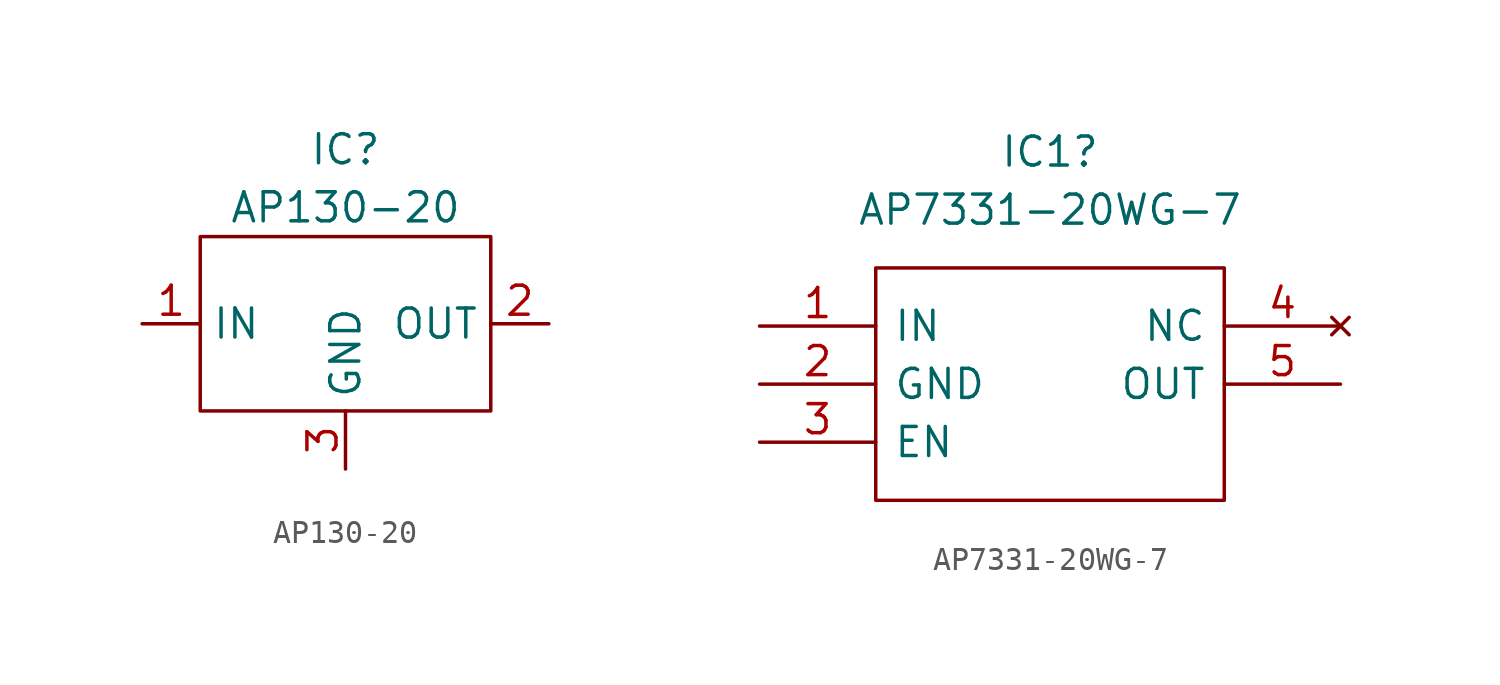
<source format=kicad_sym>
(kicad_symbol_lib
  (version 20211014)
  (generator kicad_symbol_editor)
  (symbol "AP130-20"
    (property "Reference" "IC"
      (at 0 7.62 0)
      (effects (font (size 1.27 1.27))))
    (property "Value" "AP130-20"
      (at 0 5.08 0)
      (effects (font (size 1.27 1.27))))
    (symbol "AP130-20_0_1"
      (rectangle (start -6.35 3.81) (end 6.35 -3.81) (stroke (width 0) (type default) (color 0 0 0 0)) (fill (type none))))
    (symbol "AP130-20_1_1"
      (pin passive line (at -8.89 0 0) (length 2.54) (name "IN" (effects (font (size 1.27 1.27)))) (number "1" (effects (font (size 1.27 1.27)))))
      (pin passive line (at 8.89 0 180) (length 2.54) (name "OUT" (effects (font (size 1.27 1.27)))) (number "2" (effects (font (size 1.27 1.27)))))
      (pin passive line (at 0 -6.35 90) (length 2.54) (name "GND" (effects (font (size 1.27 1.27)))) (number "3" (effects (font (size 1.27 1.27)))))))
  (symbol "AP7331-20WG-7"
    (pin_names
      (offset 0.762))
    (property "Reference" "IC1"
      (at 12.7 7.62 0)
      (effects (font (size 1.27 1.27))))
    (property "Value" "AP7331-20WG-7"
      (at 12.7 5.08 0)
      (effects (font (size 1.27 1.27))))
    (symbol "AP7331-20WG-7_0_0"
      (pin passive line (at 0 0 0) (length 5.08) (name "IN" (effects (font (size 1.27 1.27)))) (number "1" (effects (font (size 1.27 1.27)))))
      (pin passive line (at 0 -2.54 0) (length 5.08) (name "GND" (effects (font (size 1.27 1.27)))) (number "2" (effects (font (size 1.27 1.27)))))
      (pin passive line (at 0 -5.08 0) (length 5.08) (name "EN" (effects (font (size 1.27 1.27)))) (number "3" (effects (font (size 1.27 1.27)))))
      (pin no_connect line (at 25.4 0 180) (length 5.08) (name "NC" (effects (font (size 1.27 1.27)))) (number "4" (effects (font (size 1.27 1.27)))))
      (pin passive line (at 25.4 -2.54 180) (length 5.08) (name "OUT" (effects (font (size 1.27 1.27)))) (number "5" (effects (font (size 1.27 1.27))))))
    (symbol "AP7331-20WG-7_0_1"
      (polyline (pts (xy 5.08 2.54) (xy 20.32 2.54) (xy 20.32 -7.62) (xy 5.08 -7.62) (xy 5.08 2.54)) (stroke (width 0.152) (type default) (color 0 0 0 0)) (fill (type none))))))
</source>
